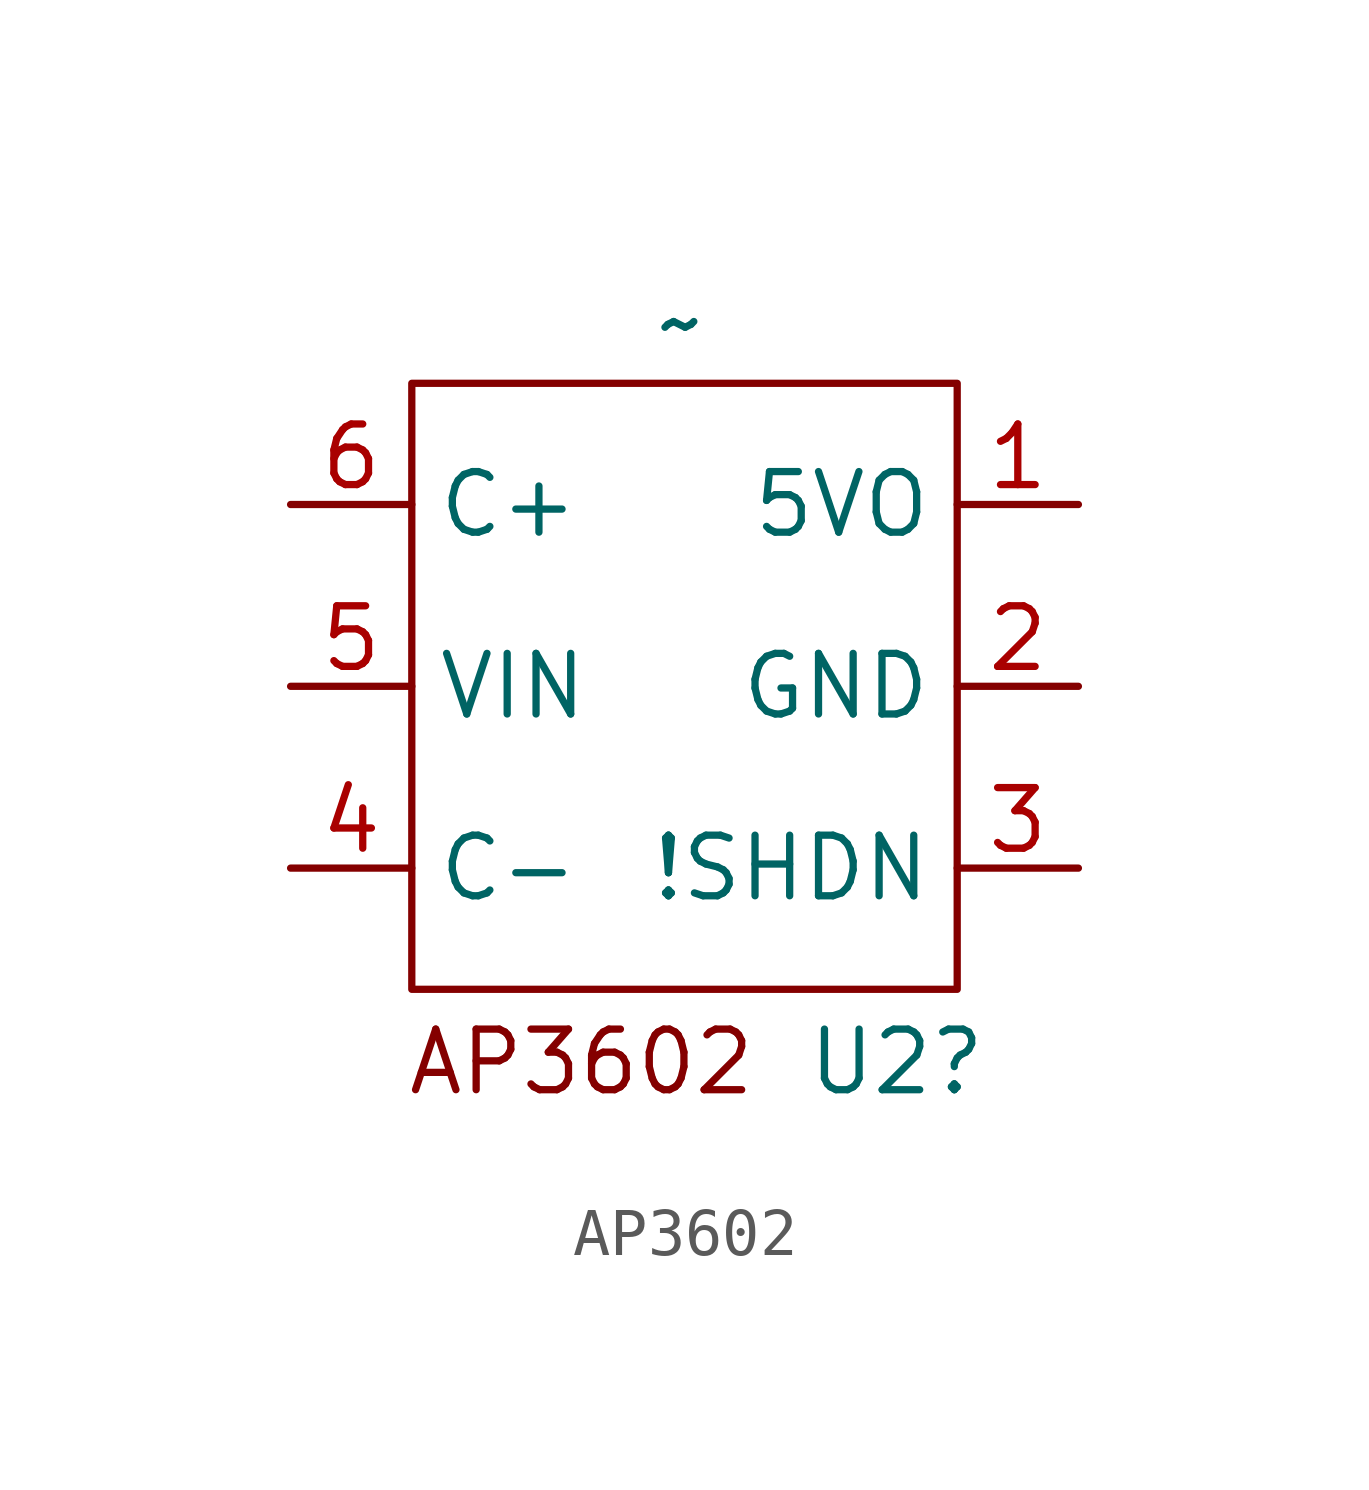
<source format=kicad_sym>
(kicad_symbol_lib
  (version 20231120)
  (generator "kicad_symbol_editor")
  (generator_version "8.0")
  (symbol "AP3602"
    (property "Reference" "U2"
      (at 2.54 -14.224 0)
      (effects (font (size 1.27 1.27))))
    (property "Value" "~"
      (at -1.982 1.27 0)
      (effects (font (size 1.27 1.27))))
    (symbol "AP3602_0_1"
      (rectangle (start -7.62 0) (end 3.81 -12.7) (stroke (width 0) (type default)) (fill (type none))))
    (symbol "AP3602_1_1"
      (text "AP3602" (at -4.064 -14.224 0) (effects (font (size 1.27 1.27))))
      (pin power_out line (at 6.35 -2.54 180) (length 2.54) (name "5VO" (effects (font (size 1.27 1.27)))) (number "1" (effects (font (size 1.27 1.27)))))
      (pin power_in line (at 6.35 -6.35 180) (length 2.54) (name "GND" (effects (font (size 1.27 1.27)))) (number "2" (effects (font (size 1.27 1.27)))))
      (pin input line (at 6.35 -10.16 180) (length 2.54) (name "!SHDN" (effects (font (size 1.27 1.27)))) (number "3" (effects (font (size 1.27 1.27)))))
      (pin input line (at -10.16 -10.16 0) (length 2.54) (name "C-" (effects (font (size 1.27 1.27)))) (number "4" (effects (font (size 1.27 1.27)))))
      (pin power_in line (at -10.16 -6.35 0) (length 2.54) (name "VIN" (effects (font (size 1.27 1.27)))) (number "5" (effects (font (size 1.27 1.27)))))
      (pin input line (at -10.16 -2.54 0) (length 2.54) (name "C+" (effects (font (size 1.27 1.27)))) (number "6" (effects (font (size 1.27 1.27))))))))
</source>
